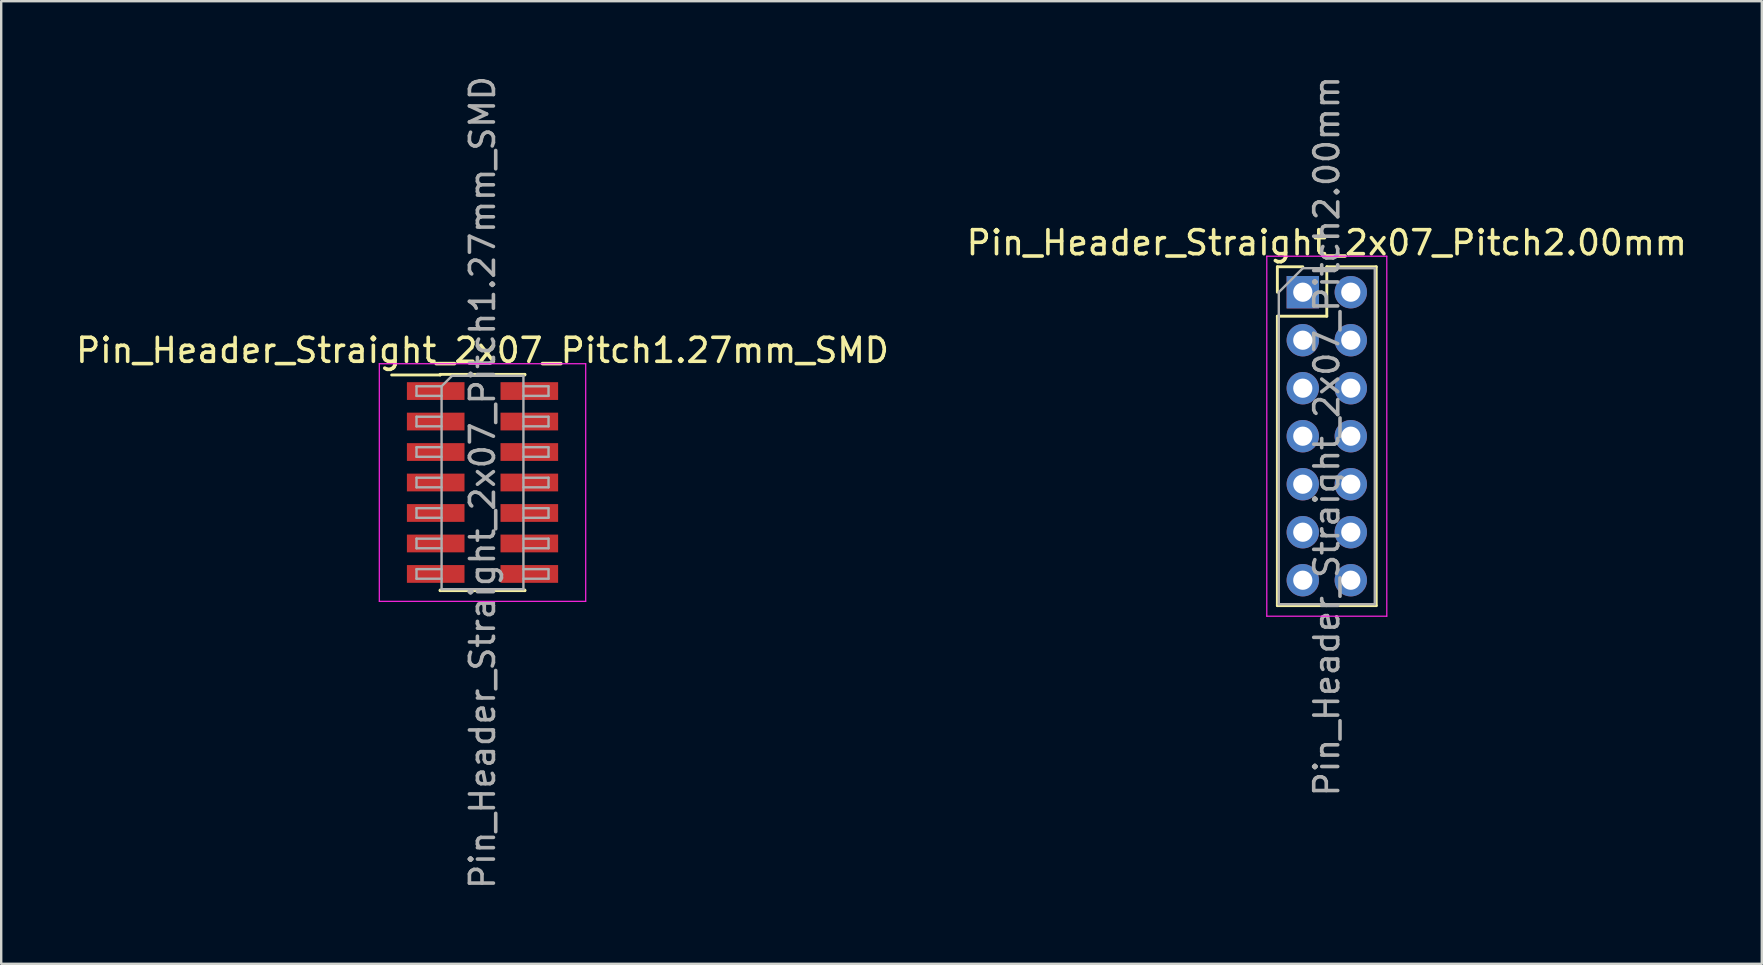
<source format=kicad_pcb>
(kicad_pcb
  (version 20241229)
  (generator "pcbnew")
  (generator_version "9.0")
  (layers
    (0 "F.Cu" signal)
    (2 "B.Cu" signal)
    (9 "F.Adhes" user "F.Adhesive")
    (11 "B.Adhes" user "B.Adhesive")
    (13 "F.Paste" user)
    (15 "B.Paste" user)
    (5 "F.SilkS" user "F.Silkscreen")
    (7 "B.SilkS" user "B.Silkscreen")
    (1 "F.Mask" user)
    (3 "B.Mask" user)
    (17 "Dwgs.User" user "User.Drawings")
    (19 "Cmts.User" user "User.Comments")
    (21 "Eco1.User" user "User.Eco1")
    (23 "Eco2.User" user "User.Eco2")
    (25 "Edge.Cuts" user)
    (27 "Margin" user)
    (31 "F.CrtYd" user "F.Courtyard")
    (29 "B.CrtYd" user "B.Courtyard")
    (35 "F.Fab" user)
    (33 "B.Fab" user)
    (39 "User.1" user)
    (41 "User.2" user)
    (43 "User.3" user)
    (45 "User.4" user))
  (footprint "Pin_Header_Straight_2x07_Pitch1.27mm_SMD"
    (layer "F.Cu")
    (at 17.054 17.054)
    (property "Reference" "Pin_Header_Straight_2x07_Pitch1.27mm_SMD" (at 0 -5.505 0) (layer "F.SilkS") (effects (font (size 1 1) (thickness 0.15))))
    (attr smd)
    (fp_line (start -3.785 -4.48) (end -1.765 -4.48) (stroke (width 0.12) (type solid)) (layer "F.SilkS"))
    (fp_line (start -1.765 -4.505) (end 1.765 -4.505) (stroke (width 0.12) (type solid)) (layer "F.SilkS"))
    (fp_line (start -1.765 -4.48) (end -1.765 -4.505) (stroke (width 0.12) (type solid)) (layer "F.SilkS"))
    (fp_line (start -1.765 4.48) (end -1.765 4.505) (stroke (width 0.12) (type solid)) (layer "F.SilkS"))
    (fp_line (start -1.765 4.505) (end 1.765 4.505) (stroke (width 0.12) (type solid)) (layer "F.SilkS"))
    (fp_line (start 1.765 -4.505) (end 1.765 -4.48) (stroke (width 0.12) (type solid)) (layer "F.SilkS"))
    (fp_line (start 1.765 4.505) (end 1.765 4.48) (stroke (width 0.12) (type solid)) (layer "F.SilkS"))
    (fp_line (start -4.3 -4.95) (end -4.3 4.95) (stroke (width 0.05) (type solid)) (layer "F.CrtYd"))
    (fp_line (start -4.3 4.95) (end 4.3 4.95) (stroke (width 0.05) (type solid)) (layer "F.CrtYd"))
    (fp_line (start 4.3 -4.95) (end -4.3 -4.95) (stroke (width 0.05) (type solid)) (layer "F.CrtYd"))
    (fp_line (start 4.3 4.95) (end 4.3 -4.95) (stroke (width 0.05) (type solid)) (layer "F.CrtYd"))
    (fp_line (start -2.75 -4.01) (end -2.75 -3.61) (stroke (width 0.1) (type solid)) (layer "F.Fab"))
    (fp_line (start -2.75 -3.61) (end -1.705 -3.61) (stroke (width 0.1) (type solid)) (layer "F.Fab"))
    (fp_line (start -2.75 -2.74) (end -2.75 -2.34) (stroke (width 0.1) (type solid)) (layer "F.Fab"))
    (fp_line (start -2.75 -2.34) (end -1.705 -2.34) (stroke (width 0.1) (type solid)) (layer "F.Fab"))
    (fp_line (start -2.75 -1.47) (end -2.75 -1.07) (stroke (width 0.1) (type solid)) (layer "F.Fab"))
    (fp_line (start -2.75 -1.07) (end -1.705 -1.07) (stroke (width 0.1) (type solid)) (layer "F.Fab"))
    (fp_line (start -2.75 -0.2) (end -2.75 0.2) (stroke (width 0.1) (type solid)) (layer "F.Fab"))
    (fp_line (start -2.75 0.2) (end -1.705 0.2) (stroke (width 0.1) (type solid)) (layer "F.Fab"))
    (fp_line (start -2.75 1.07) (end -2.75 1.47) (stroke (width 0.1) (type solid)) (layer "F.Fab"))
    (fp_line (start -2.75 1.47) (end -1.705 1.47) (stroke (width 0.1) (type solid)) (layer "F.Fab"))
    (fp_line (start -2.75 2.34) (end -2.75 2.74) (stroke (width 0.1) (type solid)) (layer "F.Fab"))
    (fp_line (start -2.75 2.74) (end -1.705 2.74) (stroke (width 0.1) (type solid)) (layer "F.Fab"))
    (fp_line (start -2.75 3.61) (end -2.75 4.01) (stroke (width 0.1) (type solid)) (layer "F.Fab"))
    (fp_line (start -2.75 4.01) (end -1.705 4.01) (stroke (width 0.1) (type solid)) (layer "F.Fab"))
    (fp_line (start -1.705 -4.01) (end -2.75 -4.01) (stroke (width 0.1) (type solid)) (layer "F.Fab"))
    (fp_line (start -1.705 -4.01) (end -1.27 -4.445) (stroke (width 0.1) (type solid)) (layer "F.Fab"))
    (fp_line (start -1.705 -2.74) (end -2.75 -2.74) (stroke (width 0.1) (type solid)) (layer "F.Fab"))
    (fp_line (start -1.705 -1.47) (end -2.75 -1.47) (stroke (width 0.1) (type solid)) (layer "F.Fab"))
    (fp_line (start -1.705 -0.2) (end -2.75 -0.2) (stroke (width 0.1) (type solid)) (layer "F.Fab"))
    (fp_line (start -1.705 1.07) (end -2.75 1.07) (stroke (width 0.1) (type solid)) (layer "F.Fab"))
    (fp_line (start -1.705 2.34) (end -2.75 2.34) (stroke (width 0.1) (type solid)) (layer "F.Fab"))
    (fp_line (start -1.705 3.61) (end -2.75 3.61) (stroke (width 0.1) (type solid)) (layer "F.Fab"))
    (fp_line (start -1.705 4.445) (end -1.705 -4.01) (stroke (width 0.1) (type solid)) (layer "F.Fab"))
    (fp_line (start -1.27 -4.445) (end 1.705 -4.445) (stroke (width 0.1) (type solid)) (layer "F.Fab"))
    (fp_line (start 1.705 -4.445) (end 1.705 4.445) (stroke (width 0.1) (type solid)) (layer "F.Fab"))
    (fp_line (start 1.705 -4.01) (end 2.75 -4.01) (stroke (width 0.1) (type solid)) (layer "F.Fab"))
    (fp_line (start 1.705 -2.74) (end 2.75 -2.74) (stroke (width 0.1) (type solid)) (layer "F.Fab"))
    (fp_line (start 1.705 -1.47) (end 2.75 -1.47) (stroke (width 0.1) (type solid)) (layer "F.Fab"))
    (fp_line (start 1.705 -0.2) (end 2.75 -0.2) (stroke (width 0.1) (type solid)) (layer "F.Fab"))
    (fp_line (start 1.705 1.07) (end 2.75 1.07) (stroke (width 0.1) (type solid)) (layer "F.Fab"))
    (fp_line (start 1.705 2.34) (end 2.75 2.34) (stroke (width 0.1) (type solid)) (layer "F.Fab"))
    (fp_line (start 1.705 3.61) (end 2.75 3.61) (stroke (width 0.1) (type solid)) (layer "F.Fab"))
    (fp_line (start 1.705 4.445) (end -1.705 4.445) (stroke (width 0.1) (type solid)) (layer "F.Fab"))
    (fp_line (start 2.75 -4.01) (end 2.75 -3.61) (stroke (width 0.1) (type solid)) (layer "F.Fab"))
    (fp_line (start 2.75 -3.61) (end 1.705 -3.61) (stroke (width 0.1) (type solid)) (layer "F.Fab"))
    (fp_line (start 2.75 -2.74) (end 2.75 -2.34) (stroke (width 0.1) (type solid)) (layer "F.Fab"))
    (fp_line (start 2.75 -2.34) (end 1.705 -2.34) (stroke (width 0.1) (type solid)) (layer "F.Fab"))
    (fp_line (start 2.75 -1.47) (end 2.75 -1.07) (stroke (width 0.1) (type solid)) (layer "F.Fab"))
    (fp_line (start 2.75 -1.07) (end 1.705 -1.07) (stroke (width 0.1) (type solid)) (layer "F.Fab"))
    (fp_line (start 2.75 -0.2) (end 2.75 0.2) (stroke (width 0.1) (type solid)) (layer "F.Fab"))
    (fp_line (start 2.75 0.2) (end 1.705 0.2) (stroke (width 0.1) (type solid)) (layer "F.Fab"))
    (fp_line (start 2.75 1.07) (end 2.75 1.47) (stroke (width 0.1) (type solid)) (layer "F.Fab"))
    (fp_line (start 2.75 1.47) (end 1.705 1.47) (stroke (width 0.1) (type solid)) (layer "F.Fab"))
    (fp_line (start 2.75 2.34) (end 2.75 2.74) (stroke (width 0.1) (type solid)) (layer "F.Fab"))
    (fp_line (start 2.75 2.74) (end 1.705 2.74) (stroke (width 0.1) (type solid)) (layer "F.Fab"))
    (fp_line (start 2.75 3.61) (end 2.75 4.01) (stroke (width 0.1) (type solid)) (layer "F.Fab"))
    (fp_line (start 2.75 4.01) (end 1.705 4.01) (stroke (width 0.1) (type solid)) (layer "F.Fab"))
    (fp_text user "${REFERENCE}" (at 0 0 90) (layer "F.Fab") (effects (font (size 1 1) (thickness 0.15))))
    (pad "1" smd rect (at -1.95 -3.81) (size 2.4 0.74) (layers "F.Cu" "F.Mask" "F.Paste"))
    (pad "2" smd rect (at 1.95 -3.81) (size 2.4 0.74) (layers "F.Cu" "F.Mask" "F.Paste"))
    (pad "3" smd rect (at -1.95 -2.54) (size 2.4 0.74) (layers "F.Cu" "F.Mask" "F.Paste"))
    (pad "4" smd rect (at 1.95 -2.54) (size 2.4 0.74) (layers "F.Cu" "F.Mask" "F.Paste"))
    (pad "5" smd rect (at -1.95 -1.27) (size 2.4 0.74) (layers "F.Cu" "F.Mask" "F.Paste"))
    (pad "6" smd rect (at 1.95 -1.27) (size 2.4 0.74) (layers "F.Cu" "F.Mask" "F.Paste"))
    (pad "7" smd rect (at -1.95 0) (size 2.4 0.74) (layers "F.Cu" "F.Mask" "F.Paste"))
    (pad "8" smd rect (at 1.95 0) (size 2.4 0.74) (layers "F.Cu" "F.Mask" "F.Paste"))
    (pad "9" smd rect (at -1.95 1.27) (size 2.4 0.74) (layers "F.Cu" "F.Mask" "F.Paste"))
    (pad "10" smd rect (at 1.95 1.27) (size 2.4 0.74) (layers "F.Cu" "F.Mask" "F.Paste"))
    (pad "11" smd rect (at -1.95 2.54) (size 2.4 0.74) (layers "F.Cu" "F.Mask" "F.Paste"))
    (pad "12" smd rect (at 1.95 2.54) (size 2.4 0.74) (layers "F.Cu" "F.Mask" "F.Paste"))
    (pad "13" smd rect (at -1.95 3.81) (size 2.4 0.74) (layers "F.Cu" "F.Mask" "F.Paste"))
    (pad "14" smd rect (at 1.95 3.81) (size 2.4 0.74) (layers "F.Cu" "F.Mask" "F.Paste")))
  (footprint "Pin_Header_Straight_2x07_Pitch2.00mm"
    (layer "F.Cu")
    (at 51.232 9.125)
    (property "Reference" "Pin_Header_Straight_2x07_Pitch2.00mm" (at 1 -2.06 0) (layer "F.SilkS") (effects (font (size 1 1) (thickness 0.15))))
    (attr through_hole)
    (fp_line (start -1.06 -1.06) (end 0 -1.06) (stroke (width 0.12) (type solid)) (layer "F.SilkS"))
    (fp_line (start -1.06 0) (end -1.06 -1.06) (stroke (width 0.12) (type solid)) (layer "F.SilkS"))
    (fp_line (start -1.06 1) (end -1.06 13.06) (stroke (width 0.12) (type solid)) (layer "F.SilkS"))
    (fp_line (start -1.06 13.06) (end 3.06 13.06) (stroke (width 0.12) (type solid)) (layer "F.SilkS"))
    (fp_line (start 1 -1.06) (end 1 1) (stroke (width 0.12) (type solid)) (layer "F.SilkS"))
    (fp_line (start 1 1) (end -1.06 1) (stroke (width 0.12) (type solid)) (layer "F.SilkS"))
    (fp_line (start 3.06 -1.06) (end 1 -1.06) (stroke (width 0.12) (type solid)) (layer "F.SilkS"))
    (fp_line (start 3.06 13.06) (end 3.06 -1.06) (stroke (width 0.12) (type solid)) (layer "F.SilkS"))
    (fp_line (start -1.5 -1.5) (end -1.5 13.5) (stroke (width 0.05) (type solid)) (layer "F.CrtYd"))
    (fp_line (start -1.5 13.5) (end 3.5 13.5) (stroke (width 0.05) (type solid)) (layer "F.CrtYd"))
    (fp_line (start 3.5 -1.5) (end -1.5 -1.5) (stroke (width 0.05) (type solid)) (layer "F.CrtYd"))
    (fp_line (start 3.5 13.5) (end 3.5 -1.5) (stroke (width 0.05) (type solid)) (layer "F.CrtYd"))
    (fp_line (start -1 0) (end 0 -1) (stroke (width 0.1) (type solid)) (layer "F.Fab"))
    (fp_line (start -1 13) (end -1 0) (stroke (width 0.1) (type solid)) (layer "F.Fab"))
    (fp_line (start 0 -1) (end 3 -1) (stroke (width 0.1) (type solid)) (layer "F.Fab"))
    (fp_line (start 3 -1) (end 3 13) (stroke (width 0.1) (type solid)) (layer "F.Fab"))
    (fp_line (start 3 13) (end -1 13) (stroke (width 0.1) (type solid)) (layer "F.Fab"))
    (fp_text user "${REFERENCE}" (at 1 6 90) (layer "F.Fab") (effects (font (size 1 1) (thickness 0.15))))
    (pad "1" thru_hole rect (at 0 0) (size 1.35 1.35) (drill 0.8) (layers "*.Cu" "*.Mask"))
    (pad "2" thru_hole oval (at 2 0) (size 1.35 1.35) (drill 0.8) (layers "*.Cu" "*.Mask"))
    (pad "3" thru_hole oval (at 0 2) (size 1.35 1.35) (drill 0.8) (layers "*.Cu" "*.Mask"))
    (pad "4" thru_hole oval (at 2 2) (size 1.35 1.35) (drill 0.8) (layers "*.Cu" "*.Mask"))
    (pad "5" thru_hole oval (at 0 4) (size 1.35 1.35) (drill 0.8) (layers "*.Cu" "*.Mask"))
    (pad "6" thru_hole oval (at 2 4) (size 1.35 1.35) (drill 0.8) (layers "*.Cu" "*.Mask"))
    (pad "7" thru_hole oval (at 0 6) (size 1.35 1.35) (drill 0.8) (layers "*.Cu" "*.Mask"))
    (pad "8" thru_hole oval (at 2 6) (size 1.35 1.35) (drill 0.8) (layers "*.Cu" "*.Mask"))
    (pad "9" thru_hole oval (at 0 8) (size 1.35 1.35) (drill 0.8) (layers "*.Cu" "*.Mask"))
    (pad "10" thru_hole oval (at 2 8) (size 1.35 1.35) (drill 0.8) (layers "*.Cu" "*.Mask"))
    (pad "11" thru_hole oval (at 0 10) (size 1.35 1.35) (drill 0.8) (layers "*.Cu" "*.Mask"))
    (pad "12" thru_hole oval (at 2 10) (size 1.35 1.35) (drill 0.8) (layers "*.Cu" "*.Mask"))
    (pad "13" thru_hole oval (at 0 12) (size 1.35 1.35) (drill 0.8) (layers "*.Cu" "*.Mask"))
    (pad "14" thru_hole oval (at 2 12) (size 1.35 1.35) (drill 0.8) (layers "*.Cu" "*.Mask")))
  (gr_rect
    (start -3 -3)
    (end 70.357 37.107)
    (stroke (width 0.1) (type default))
    (fill no)
    (layer "Edge.Cuts")))
</source>
